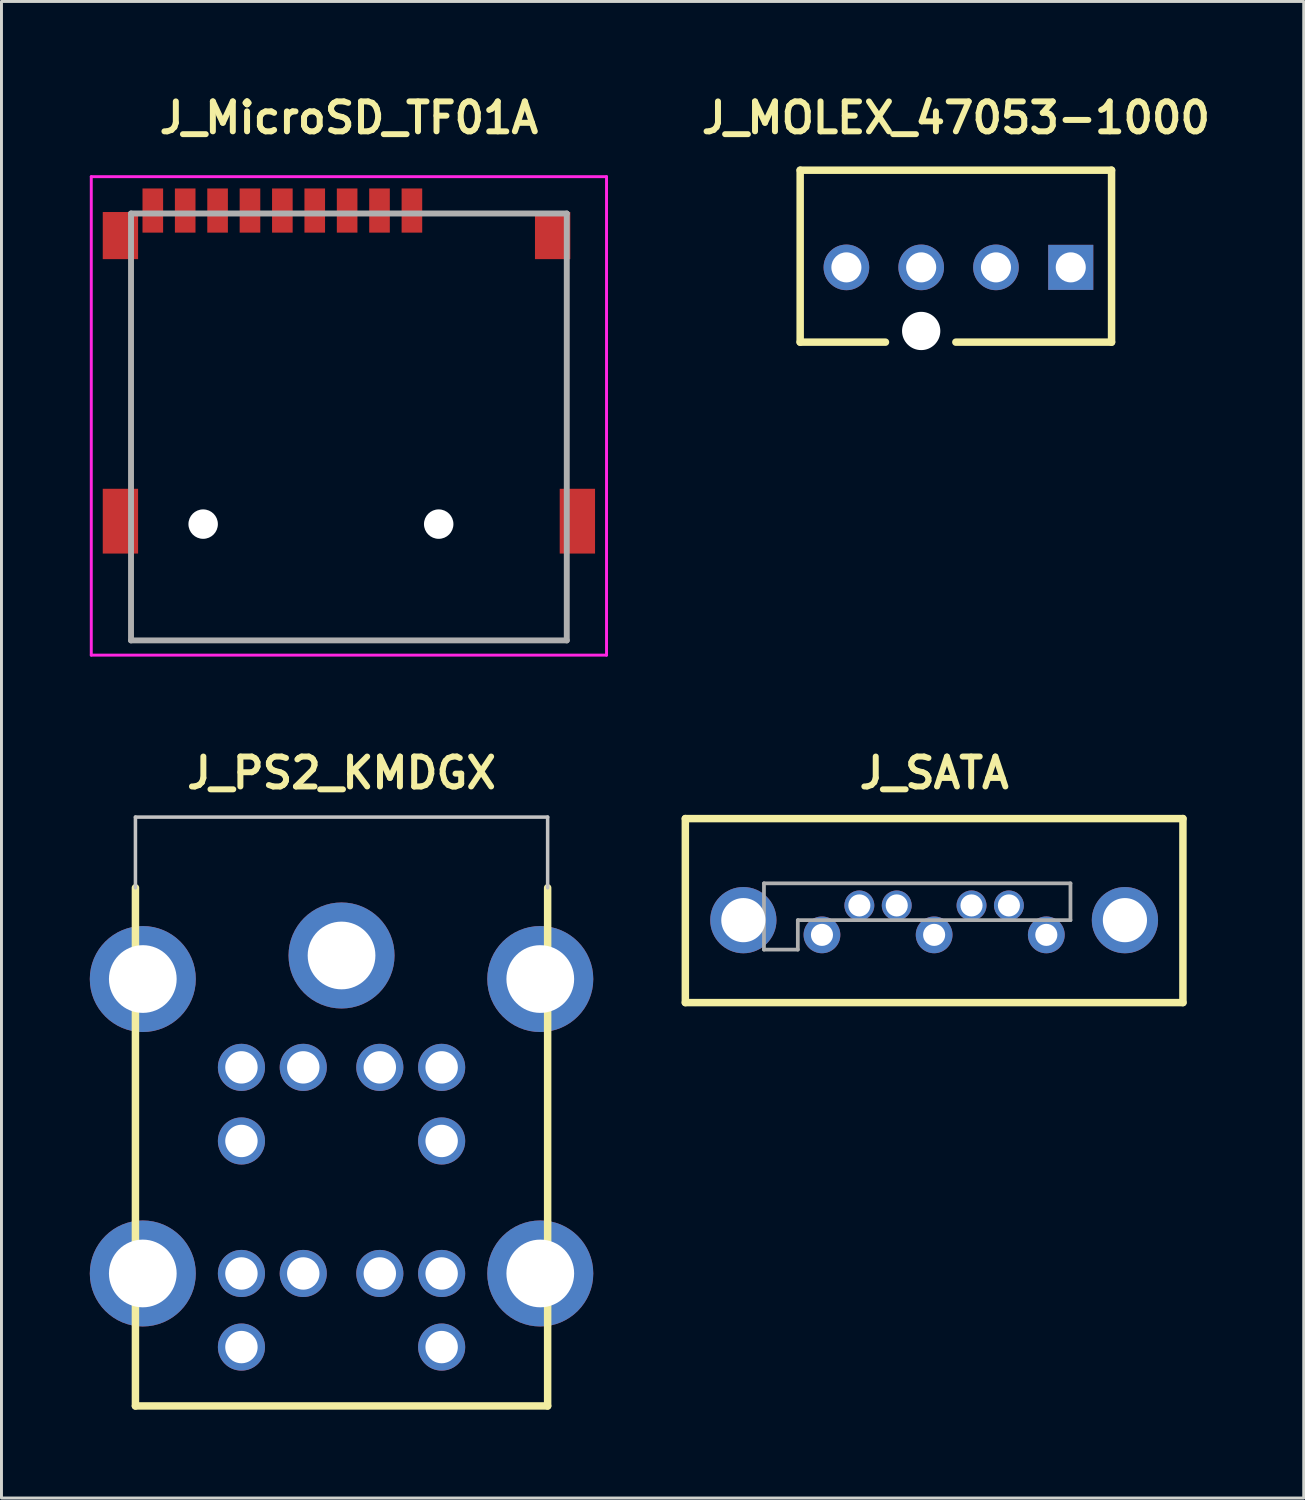
<source format=kicad_pcb>
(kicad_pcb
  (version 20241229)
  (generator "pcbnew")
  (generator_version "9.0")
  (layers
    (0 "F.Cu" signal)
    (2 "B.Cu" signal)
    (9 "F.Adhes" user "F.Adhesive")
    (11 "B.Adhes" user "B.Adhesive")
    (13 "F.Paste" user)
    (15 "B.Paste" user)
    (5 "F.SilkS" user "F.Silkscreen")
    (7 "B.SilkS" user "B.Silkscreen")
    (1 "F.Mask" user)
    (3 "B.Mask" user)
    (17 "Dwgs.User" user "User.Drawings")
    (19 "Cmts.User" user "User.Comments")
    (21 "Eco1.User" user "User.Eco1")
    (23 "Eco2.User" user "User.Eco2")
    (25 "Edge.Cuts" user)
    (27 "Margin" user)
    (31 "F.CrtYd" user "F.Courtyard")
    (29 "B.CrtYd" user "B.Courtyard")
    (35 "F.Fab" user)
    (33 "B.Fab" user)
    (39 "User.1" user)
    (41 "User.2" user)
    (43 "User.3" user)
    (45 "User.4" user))
  (footprint "J_MOLEX_47053-1000"
    (layer "F.Cu")
    (at 33.317 6.031)
    (property "Reference" "J_MOLEX_47053-1000" (at -3.902 -5.08 0) (layer "F.SilkS") (effects (font (size 1.016 1.016) (thickness 0.203))))
    (attr through_hole)
    (fp_line (start -9.19 -3.3) (end 1.386 -3.3) (stroke (width 0.254) (type solid)) (layer "F.SilkS"))
    (fp_line (start -9.19 2.54) (end -9.19 -3.3) (stroke (width 0.254) (type solid)) (layer "F.SilkS"))
    (fp_line (start -9.19 2.54) (end -6.293 2.54) (stroke (width 0.254) (type solid)) (layer "F.SilkS"))
    (fp_line (start 1.386 -3.3) (end 1.386 2.54) (stroke (width 0.254) (type solid)) (layer "F.SilkS"))
    (fp_line (start 1.386 2.54) (end -3.902 2.54) (stroke (width 0.254) (type solid)) (layer "F.SilkS"))
    (pad "" np_thru_hole circle (at -5.08 2.16) (size 1.3 1.3) (drill 1.3) (layers "*.Cu" "*.Mask"))
    (pad "1" thru_hole rect (at 0 0) (size 1.53 1.53) (drill 1.02) (layers "*.Cu" "*.Mask"))
    (pad "2" thru_hole circle (at -2.54 0) (size 1.55 1.55) (drill 1.02) (layers "*.Cu" "*.Mask"))
    (pad "3" thru_hole circle (at -5.08 0) (size 1.55 1.55) (drill 1.02) (layers "*.Cu" "*.Mask"))
    (pad "4" thru_hole circle (at -7.62 0) (size 1.55 1.55) (drill 1.02) (layers "*.Cu" "*.Mask")))
  (footprint "J_PS2_KMDGX"
    (layer "F.Cu")
    (at 8.55 34.702)
    (property "Reference" "J_PS2_KMDGX" (at 0 -11.5 0) (layer "F.SilkS") (effects (font (size 1.016 1.016) (thickness 0.203))))
    (property "Value" "${VALUE}" (at 0 11.5 0) (layer "F.SilkS") (hide yes) (effects (font (size 1.016 0.914) (thickness 0.203) (bold yes) (italic yes))))
    (attr through_hole)
    (fp_line (start -7 10) (end -7 -7.6) (stroke (width 0.254) (type solid)) (layer "F.SilkS"))
    (fp_line (start 7 -7.6) (end 7 10) (stroke (width 0.254) (type solid)) (layer "F.SilkS"))
    (fp_line (start 7 10) (end -7 10) (stroke (width 0.254) (type solid)) (layer "F.SilkS"))
    (fp_line (start -7 -10) (end 7 -10) (stroke (width 0.12) (type default)) (layer "Dwgs.User"))
    (fp_line (start -7 -7.6) (end -7 -10) (stroke (width 0.12) (type default)) (layer "Dwgs.User"))
    (fp_line (start 7 -10) (end 7 -7.6) (stroke (width 0.12) (type default)) (layer "Dwgs.User"))
    (pad "A1" thru_hole circle (at -1.3 -1.5) (size 1.6 1.6) (drill 1.1) (layers "*.Cu" "*.Mask"))
    (pad "A2" thru_hole circle (at 1.3 -1.5) (size 1.6 1.6) (drill 1.1) (layers "*.Cu" "*.Mask"))
    (pad "A3" thru_hole circle (at -3.4 -1.5) (size 1.6 1.6) (drill 1.1) (layers "*.Cu" "*.Mask"))
    (pad "A4" thru_hole circle (at 3.4 -1.5) (size 1.6 1.6) (drill 1.1) (layers "*.Cu" "*.Mask"))
    (pad "A5" thru_hole circle (at -3.4 1) (size 1.6 1.6) (drill 1.1) (layers "*.Cu" "*.Mask"))
    (pad "A6" thru_hole circle (at 3.4 1) (size 1.6 1.6) (drill 1.1) (layers "*.Cu" "*.Mask"))
    (pad "B1" thru_hole circle (at -1.3 5.5) (size 1.6 1.6) (drill 1.1) (layers "*.Cu" "*.Mask"))
    (pad "B2" thru_hole circle (at 1.3 5.5) (size 1.6 1.6) (drill 1.1) (layers "*.Cu" "*.Mask"))
    (pad "B3" thru_hole circle (at -3.4 5.5) (size 1.6 1.6) (drill 1.1) (layers "*.Cu" "*.Mask"))
    (pad "B4" thru_hole circle (at 3.4 5.5) (size 1.6 1.6) (drill 1.1) (layers "*.Cu" "*.Mask"))
    (pad "B5" thru_hole circle (at -3.4 8) (size 1.6 1.6) (drill 1.1) (layers "*.Cu" "*.Mask"))
    (pad "B6" thru_hole circle (at 3.4 8) (size 1.6 1.6) (drill 1.1) (layers "*.Cu" "*.Mask"))
    (pad "S" thru_hole circle (at -6.75 -4.5) (size 3.6 3.6) (drill 2.3) (layers "*.Cu" "*.Mask"))
    (pad "S" thru_hole circle (at -6.75 5.5) (size 3.6 3.6) (drill 2.3) (layers "*.Cu" "*.Mask"))
    (pad "S" thru_hole circle (at 0 -5.3) (size 3.6 3.6) (drill 2.3) (layers "*.Cu" "*.Mask"))
    (pad "S" thru_hole circle (at 6.75 -4.5) (size 3.6 3.6) (drill 2.3) (layers "*.Cu" "*.Mask"))
    (pad "S" thru_hole circle (at 6.75 5.5) (size 3.6 3.6) (drill 2.3) (layers "*.Cu" "*.Mask")))
  (footprint "J_MicroSD_TF01A"
    (layer "F.Cu")
    (at 8.8 11.451)
    (property "Reference" "J_MicroSD_TF01A" (at 0 -10.5 0) (layer "F.SilkS") (effects (font (size 1.016 1.016) (thickness 0.203))))
    (property "Value" "${VALUE}" (at 0 9.5 0) (layer "F.SilkS") (hide yes) (effects (font (size 1.016 0.914) (thickness 0.203) (italic yes))))
    (attr smd)
    (fp_line (start -7.4 -5) (end -7.4 1.5) (stroke (width 0.1) (type solid)) (layer "F.SilkS"))
    (fp_line (start -7.4 5) (end -7.4 7.25) (stroke (width 0.1) (type solid)) (layer "F.SilkS"))
    (fp_line (start -7.4 7.25) (end 7.4 7.25) (stroke (width 0.1) (type solid)) (layer "F.SilkS"))
    (fp_line (start 3.5 -7.25) (end 6 -7.25) (stroke (width 0.1) (type solid)) (layer "F.SilkS"))
    (fp_line (start 7.4 1.5) (end 7.4 -5) (stroke (width 0.1) (type solid)) (layer "F.SilkS"))
    (fp_line (start 7.4 7.25) (end 7.4 5.5) (stroke (width 0.1) (type solid)) (layer "F.SilkS"))
    (fp_line (start -8.75 -8.5) (end 8.75 -8.5) (stroke (width 0.1) (type solid)) (layer "F.CrtYd"))
    (fp_line (start -8.75 7.75) (end -8.75 -8.5) (stroke (width 0.1) (type solid)) (layer "F.CrtYd"))
    (fp_line (start 8.75 -8.5) (end 8.75 7.75) (stroke (width 0.1) (type solid)) (layer "F.CrtYd"))
    (fp_line (start 8.75 7.75) (end -8.75 7.75) (stroke (width 0.1) (type solid)) (layer "F.CrtYd"))
    (fp_line (start -7.4 -7.25) (end 7.4 -7.25) (stroke (width 0.2) (type solid)) (layer "F.Fab"))
    (fp_line (start -7.4 7.25) (end -7.4 -7.25) (stroke (width 0.2) (type solid)) (layer "F.Fab"))
    (fp_line (start 7.4 -7.25) (end 7.4 7.25) (stroke (width 0.2) (type solid)) (layer "F.Fab"))
    (fp_line (start 7.4 7.25) (end -7.4 7.25) (stroke (width 0.2) (type solid)) (layer "F.Fab"))
    (pad "" np_thru_hole circle (at -4.95 3.3) (size 1 1) (drill 1) (layers "*.Cu" "*.Mask"))
    (pad "" np_thru_hole circle (at 3.05 3.3) (size 1 1) (drill 1) (layers "*.Cu" "*.Mask"))
    (pad "1" smd rect (at 2.14 -7.35) (size 0.7 1.5) (layers "F.Cu" "F.Mask" "F.Paste"))
    (pad "2" smd rect (at 1.04 -7.35) (size 0.7 1.5) (layers "F.Cu" "F.Mask" "F.Paste"))
    (pad "3" smd rect (at -0.06 -7.35) (size 0.7 1.5) (layers "F.Cu" "F.Mask" "F.Paste"))
    (pad "4" smd rect (at -1.16 -7.35) (size 0.7 1.5) (layers "F.Cu" "F.Mask" "F.Paste"))
    (pad "5" smd rect (at -2.26 -7.35) (size 0.7 1.5) (layers "F.Cu" "F.Mask" "F.Paste"))
    (pad "6" smd rect (at -3.36 -7.35) (size 0.7 1.5) (layers "F.Cu" "F.Mask" "F.Paste"))
    (pad "7" smd rect (at -4.46 -7.35) (size 0.7 1.5) (layers "F.Cu" "F.Mask" "F.Paste"))
    (pad "8" smd rect (at -5.56 -7.35) (size 0.7 1.5) (layers "F.Cu" "F.Mask" "F.Paste"))
    (pad "9" smd rect (at -6.66 -7.35) (size 0.7 1.5) (layers "F.Cu" "F.Mask" "F.Paste"))
    (pad "S" smd rect (at -7.76 -6.5) (size 1.2 1.6) (layers "F.Cu" "F.Mask" "F.Paste"))
    (pad "S" smd rect (at -7.76 3.2) (size 1.2 2.2) (layers "F.Cu" "F.Mask" "F.Paste"))
    (pad "S" smd rect (at 6.92 -6.5) (size 1.2 1.6) (layers "F.Cu" "F.Mask" "F.Paste"))
    (pad "S" smd rect (at 7.76 3.2) (size 1.2 2.2) (layers "F.Cu" "F.Mask" "F.Paste")))
  (footprint "J_SATA"
    (layer "F.Cu")
    (at 28.677 28.202)
    (property "Reference" "J_SATA" (at 0 -5 0) (layer "F.SilkS") (effects (font (size 1.016 1.016) (thickness 0.203))))
    (attr through_hole)
    (fp_line (start -8.45 -3.45) (end 8.45 -3.45) (stroke (width 0.254) (type solid)) (layer "F.SilkS"))
    (fp_line (start -8.45 2.8) (end -8.45 -3.45) (stroke (width 0.254) (type solid)) (layer "F.SilkS"))
    (fp_line (start 8.45 -3.45) (end 8.45 2.8) (stroke (width 0.254) (type solid)) (layer "F.SilkS"))
    (fp_line (start 8.45 2.8) (end -8.45 2.8) (stroke (width 0.254) (type solid)) (layer "F.SilkS"))
    (fp_line (start -5.78 -1.25) (end -5.78 1) (stroke (width 0.127) (type solid)) (layer "F.Fab"))
    (fp_line (start -5.78 1) (end -4.63 1) (stroke (width 0.127) (type solid)) (layer "F.Fab"))
    (fp_line (start -4.63 0) (end 4.63 0) (stroke (width 0.127) (type solid)) (layer "F.Fab"))
    (fp_line (start -4.63 1) (end -4.63 0) (stroke (width 0.127) (type solid)) (layer "F.Fab"))
    (fp_line (start 4.63 -1.25) (end -5.78 -1.25) (stroke (width 0.127) (type solid)) (layer "F.Fab"))
    (fp_line (start 4.63 0) (end 4.63 -1.25) (stroke (width 0.127) (type solid)) (layer "F.Fab"))
    (pad "" thru_hole circle (at -6.48 0) (size 2.25 2.25) (drill 1.5) (layers "*.Cu" "*.Mask"))
    (pad "" thru_hole circle (at 6.48 0) (size 2.25 2.25) (drill 1.5) (layers "*.Cu" "*.Mask"))
    (pad "1" thru_hole circle (at 3.81 0.5) (size 1.25 1.25) (drill 0.75) (layers "*.Cu" "*.Mask"))
    (pad "2" thru_hole circle (at 2.54 -0.5) (size 1.016 1.016) (drill 0.75) (layers "*.Cu" "*.Mask"))
    (pad "3" thru_hole circle (at 1.27 -0.5) (size 1.016 1.016) (drill 0.75) (layers "*.Cu" "*.Mask"))
    (pad "4" thru_hole circle (at 0 0.5) (size 1.248 1.248) (drill 0.75) (layers "*.Cu" "*.Mask"))
    (pad "5" thru_hole circle (at -1.27 -0.5) (size 1.016 1.016) (drill 0.75) (layers "*.Cu" "*.Mask"))
    (pad "6" thru_hole circle (at -2.54 -0.5) (size 1.016 1.016) (drill 0.75) (layers "*.Cu" "*.Mask"))
    (pad "7" thru_hole circle (at -3.81 0.5) (size 1.248 1.248) (drill 0.75) (layers "*.Cu" "*.Mask")))
  (gr_rect
    (start -3 -3)
    (end 41.23 47.829)
    (stroke (width 0.1) (type default))
    (fill no)
    (layer "Edge.Cuts")))
</source>
